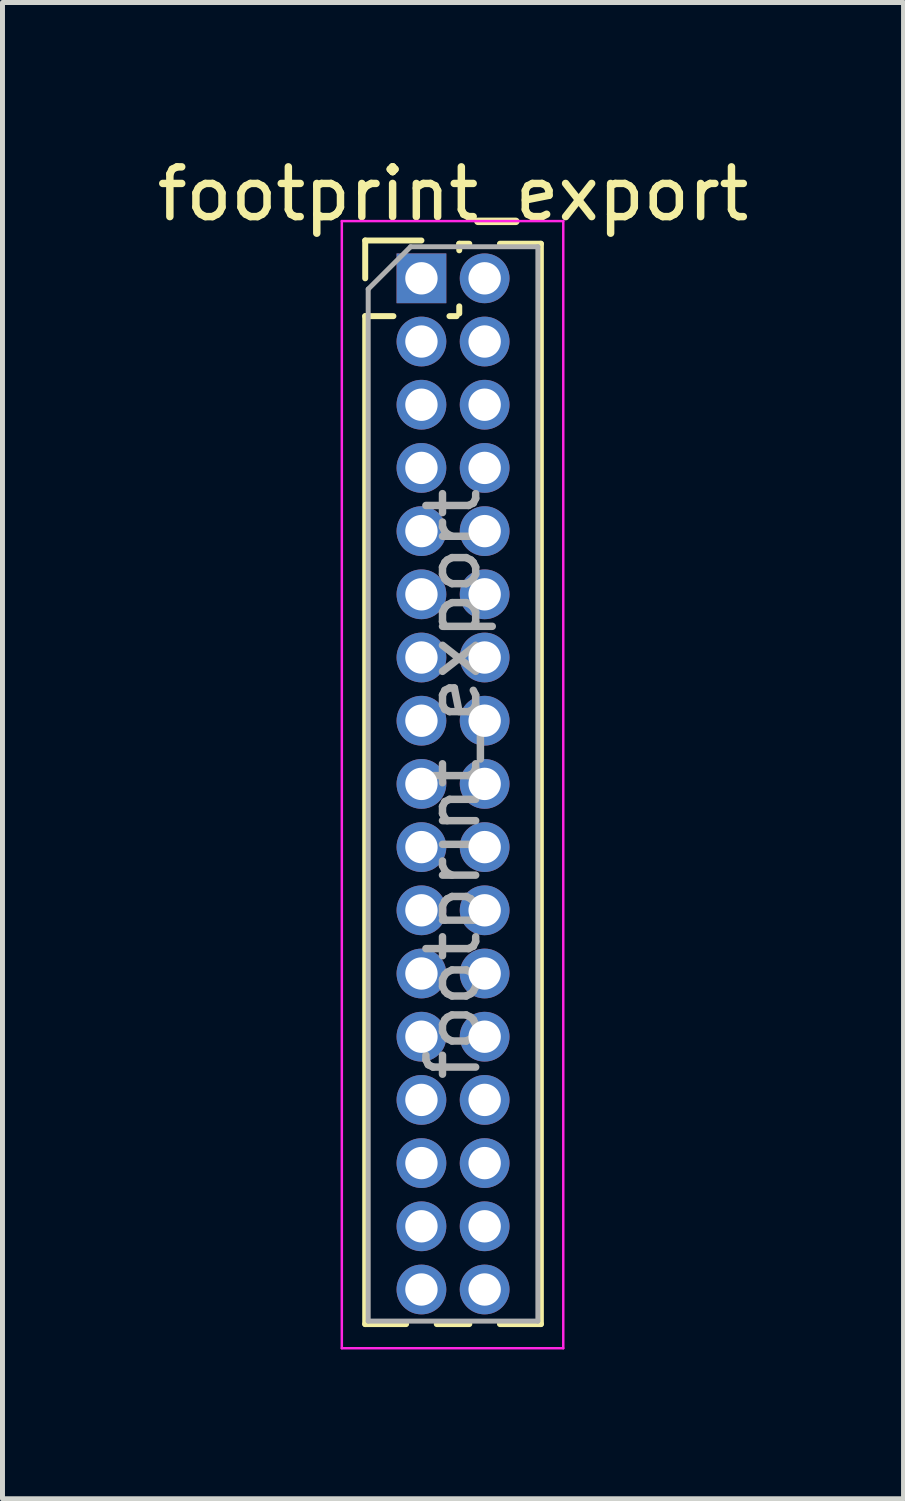
<source format=kicad_pcb>
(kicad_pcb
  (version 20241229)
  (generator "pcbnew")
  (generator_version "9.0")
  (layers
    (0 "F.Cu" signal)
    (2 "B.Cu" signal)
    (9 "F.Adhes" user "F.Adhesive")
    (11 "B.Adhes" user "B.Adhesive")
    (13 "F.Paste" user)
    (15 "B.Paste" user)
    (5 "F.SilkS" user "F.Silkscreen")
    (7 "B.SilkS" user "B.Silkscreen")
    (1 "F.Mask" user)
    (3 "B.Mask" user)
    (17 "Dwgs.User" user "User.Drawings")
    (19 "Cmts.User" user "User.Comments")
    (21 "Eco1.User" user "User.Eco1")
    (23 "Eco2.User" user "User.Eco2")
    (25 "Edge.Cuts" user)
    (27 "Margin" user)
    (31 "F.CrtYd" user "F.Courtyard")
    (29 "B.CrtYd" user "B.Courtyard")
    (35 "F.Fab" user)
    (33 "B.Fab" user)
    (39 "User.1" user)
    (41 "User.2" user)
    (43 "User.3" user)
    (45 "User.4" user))
  (footprint "footprint_export"
    (layer "F.Cu")
    (at 5.419 2.543)
    (property "Reference" "footprint_export" (at 0.635 -1.695 0) (layer "F.SilkS") (effects (font (size 1 1) (thickness 0.15))))
    (attr through_hole)
    (fp_line (start -1.13 -0.76) (end 0 -0.76) (stroke (width 0.12) (type solid)) (layer "F.SilkS"))
    (fp_line (start -1.13 0) (end -1.13 -0.76) (stroke (width 0.12) (type solid)) (layer "F.SilkS"))
    (fp_line (start -1.13 0.76) (end -1.13 21.015) (stroke (width 0.12) (type solid)) (layer "F.SilkS"))
    (fp_line (start -1.13 0.76) (end -0.563 0.76) (stroke (width 0.12) (type solid)) (layer "F.SilkS"))
    (fp_line (start -1.13 21.015) (end -0.308 21.015) (stroke (width 0.12) (type solid)) (layer "F.SilkS"))
    (fp_line (start 0.308 21.015) (end 0.962 21.015) (stroke (width 0.12) (type solid)) (layer "F.SilkS"))
    (fp_line (start 0.563 0.76) (end 0.707 0.76) (stroke (width 0.12) (type solid)) (layer "F.SilkS"))
    (fp_line (start 0.76 -0.695) (end 0.962 -0.695) (stroke (width 0.12) (type solid)) (layer "F.SilkS"))
    (fp_line (start 0.76 -0.563) (end 0.76 -0.695) (stroke (width 0.12) (type solid)) (layer "F.SilkS"))
    (fp_line (start 0.76 0.707) (end 0.76 0.563) (stroke (width 0.12) (type solid)) (layer "F.SilkS"))
    (fp_line (start 1.578 -0.695) (end 2.4 -0.695) (stroke (width 0.12) (type solid)) (layer "F.SilkS"))
    (fp_line (start 1.578 21.015) (end 2.4 21.015) (stroke (width 0.12) (type solid)) (layer "F.SilkS"))
    (fp_line (start 2.4 -0.695) (end 2.4 21.015) (stroke (width 0.12) (type solid)) (layer "F.SilkS"))
    (fp_line (start -1.6 -1.15) (end -1.6 21.5) (stroke (width 0.05) (type solid)) (layer "F.CrtYd"))
    (fp_line (start -1.6 21.5) (end 2.85 21.5) (stroke (width 0.05) (type solid)) (layer "F.CrtYd"))
    (fp_line (start 2.85 -1.15) (end -1.6 -1.15) (stroke (width 0.05) (type solid)) (layer "F.CrtYd"))
    (fp_line (start 2.85 21.5) (end 2.85 -1.15) (stroke (width 0.05) (type solid)) (layer "F.CrtYd"))
    (fp_line (start -1.07 0.217) (end -0.217 -0.635) (stroke (width 0.1) (type solid)) (layer "F.Fab"))
    (fp_line (start -1.07 20.955) (end -1.07 0.217) (stroke (width 0.1) (type solid)) (layer "F.Fab"))
    (fp_line (start -0.217 -0.635) (end 2.34 -0.635) (stroke (width 0.1) (type solid)) (layer "F.Fab"))
    (fp_line (start 2.34 -0.635) (end 2.34 20.955) (stroke (width 0.1) (type solid)) (layer "F.Fab"))
    (fp_line (start 2.34 20.955) (end -1.07 20.955) (stroke (width 0.1) (type solid)) (layer "F.Fab"))
    (fp_text user "${REFERENCE}" (at 0.635 10.16 90) (layer "F.Fab") (effects (font (size 1 1) (thickness 0.15))))
    (pad "1" thru_hole rect (at 0 0) (size 1 1) (drill 0.65) (layers "*.Cu" "*.Mask"))
    (pad "2" thru_hole oval (at 1.27 0) (size 1 1) (drill 0.65) (layers "*.Cu" "*.Mask"))
    (pad "3" thru_hole oval (at 0 1.27) (size 1 1) (drill 0.65) (layers "*.Cu" "*.Mask"))
    (pad "4" thru_hole oval (at 1.27 1.27) (size 1 1) (drill 0.65) (layers "*.Cu" "*.Mask"))
    (pad "5" thru_hole oval (at 0 2.54) (size 1 1) (drill 0.65) (layers "*.Cu" "*.Mask"))
    (pad "6" thru_hole oval (at 1.27 2.54) (size 1 1) (drill 0.65) (layers "*.Cu" "*.Mask"))
    (pad "7" thru_hole oval (at 0 3.81) (size 1 1) (drill 0.65) (layers "*.Cu" "*.Mask"))
    (pad "8" thru_hole oval (at 1.27 3.81) (size 1 1) (drill 0.65) (layers "*.Cu" "*.Mask"))
    (pad "9" thru_hole oval (at 0 5.08) (size 1 1) (drill 0.65) (layers "*.Cu" "*.Mask"))
    (pad "10" thru_hole oval (at 1.27 5.08) (size 1 1) (drill 0.65) (layers "*.Cu" "*.Mask"))
    (pad "11" thru_hole oval (at 0 6.35) (size 1 1) (drill 0.65) (layers "*.Cu" "*.Mask"))
    (pad "12" thru_hole oval (at 1.27 6.35) (size 1 1) (drill 0.65) (layers "*.Cu" "*.Mask"))
    (pad "13" thru_hole oval (at 0 7.62) (size 1 1) (drill 0.65) (layers "*.Cu" "*.Mask"))
    (pad "14" thru_hole oval (at 1.27 7.62) (size 1 1) (drill 0.65) (layers "*.Cu" "*.Mask"))
    (pad "15" thru_hole oval (at 0 8.89) (size 1 1) (drill 0.65) (layers "*.Cu" "*.Mask"))
    (pad "16" thru_hole oval (at 1.27 8.89) (size 1 1) (drill 0.65) (layers "*.Cu" "*.Mask"))
    (pad "17" thru_hole oval (at 0 10.16) (size 1 1) (drill 0.65) (layers "*.Cu" "*.Mask"))
    (pad "18" thru_hole oval (at 1.27 10.16) (size 1 1) (drill 0.65) (layers "*.Cu" "*.Mask"))
    (pad "19" thru_hole oval (at 0 11.43) (size 1 1) (drill 0.65) (layers "*.Cu" "*.Mask"))
    (pad "20" thru_hole oval (at 1.27 11.43) (size 1 1) (drill 0.65) (layers "*.Cu" "*.Mask"))
    (pad "21" thru_hole oval (at 0 12.7) (size 1 1) (drill 0.65) (layers "*.Cu" "*.Mask"))
    (pad "22" thru_hole oval (at 1.27 12.7) (size 1 1) (drill 0.65) (layers "*.Cu" "*.Mask"))
    (pad "23" thru_hole oval (at 0 13.97) (size 1 1) (drill 0.65) (layers "*.Cu" "*.Mask"))
    (pad "24" thru_hole oval (at 1.27 13.97) (size 1 1) (drill 0.65) (layers "*.Cu" "*.Mask"))
    (pad "25" thru_hole oval (at 0 15.24) (size 1 1) (drill 0.65) (layers "*.Cu" "*.Mask"))
    (pad "26" thru_hole oval (at 1.27 15.24) (size 1 1) (drill 0.65) (layers "*.Cu" "*.Mask"))
    (pad "27" thru_hole oval (at 0 16.51) (size 1 1) (drill 0.65) (layers "*.Cu" "*.Mask"))
    (pad "28" thru_hole oval (at 1.27 16.51) (size 1 1) (drill 0.65) (layers "*.Cu" "*.Mask"))
    (pad "29" thru_hole oval (at 0 17.78) (size 1 1) (drill 0.65) (layers "*.Cu" "*.Mask"))
    (pad "30" thru_hole oval (at 1.27 17.78) (size 1 1) (drill 0.65) (layers "*.Cu" "*.Mask"))
    (pad "31" thru_hole oval (at 0 19.05) (size 1 1) (drill 0.65) (layers "*.Cu" "*.Mask"))
    (pad "32" thru_hole oval (at 1.27 19.05) (size 1 1) (drill 0.65) (layers "*.Cu" "*.Mask"))
    (pad "33" thru_hole oval (at 0 20.32) (size 1 1) (drill 0.65) (layers "*.Cu" "*.Mask"))
    (pad "34" thru_hole oval (at 1.27 20.32) (size 1 1) (drill 0.65) (layers "*.Cu" "*.Mask")))
  (gr_rect
    (start -3 -3)
    (end 15.107 27.068)
    (stroke (width 0.1) (type default))
    (fill no)
    (layer "Edge.Cuts")))
</source>
